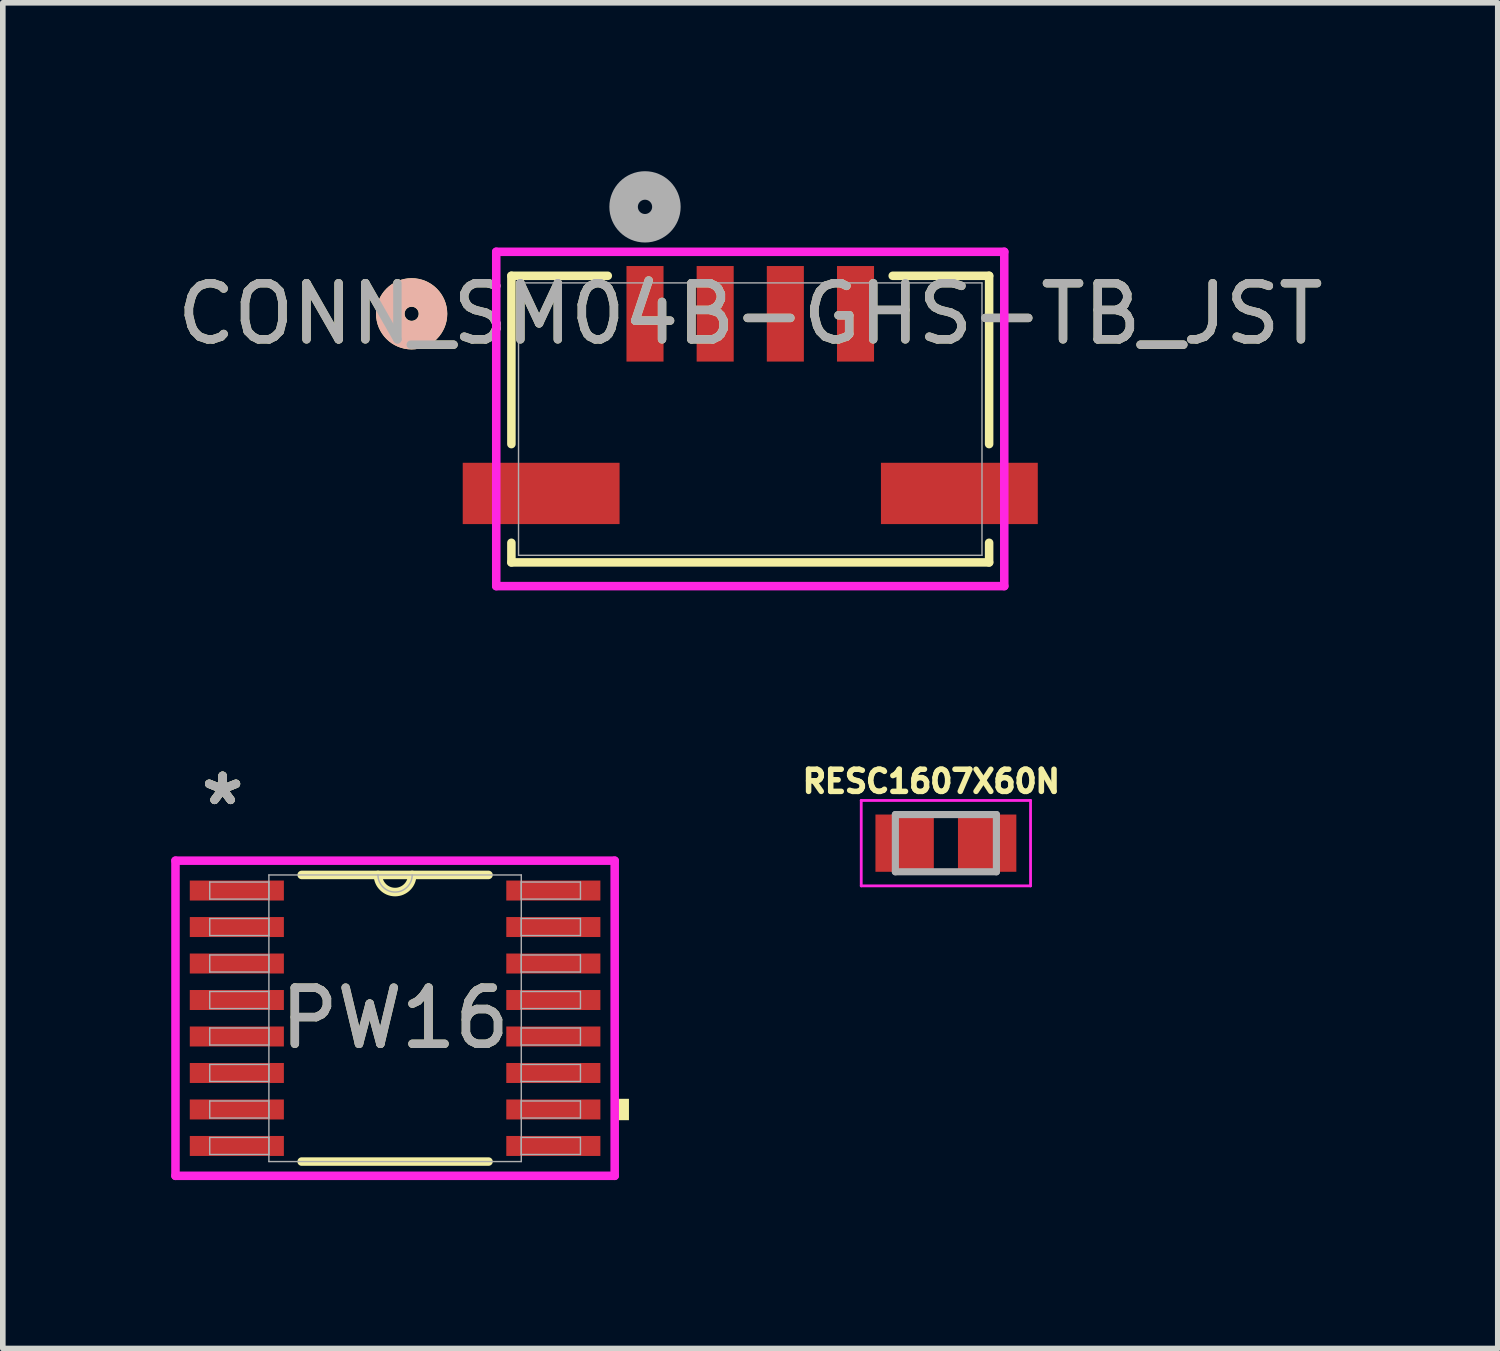
<source format=kicad_pcb>
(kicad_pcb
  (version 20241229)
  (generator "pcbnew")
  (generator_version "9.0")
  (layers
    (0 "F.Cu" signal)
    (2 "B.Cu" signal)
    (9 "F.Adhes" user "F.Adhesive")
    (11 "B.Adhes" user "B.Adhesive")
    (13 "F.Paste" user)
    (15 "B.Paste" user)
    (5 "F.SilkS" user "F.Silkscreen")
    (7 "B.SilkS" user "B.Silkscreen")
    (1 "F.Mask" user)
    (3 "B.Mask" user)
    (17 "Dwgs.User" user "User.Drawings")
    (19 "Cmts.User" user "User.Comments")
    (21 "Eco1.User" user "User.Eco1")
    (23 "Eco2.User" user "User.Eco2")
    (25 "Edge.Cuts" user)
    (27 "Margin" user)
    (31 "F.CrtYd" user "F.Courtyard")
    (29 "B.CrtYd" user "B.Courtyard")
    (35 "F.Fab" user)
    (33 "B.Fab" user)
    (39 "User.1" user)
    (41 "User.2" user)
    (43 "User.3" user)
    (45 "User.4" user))
  (footprint "RESC1607X60N"
    (layer "F.Cu")
    (at 13.8 11.97)
    (property "Reference" "RESC1607X60N" (at -0.26 -1.1 0) (layer "F.SilkS") (effects (font (size 0.394 0.394) (thickness 0.15))))
    (attr smd)
    (fp_line (start -1.508 -0.761) (end 1.508 -0.761) (stroke (width 0.05) (type solid)) (layer "F.CrtYd"))
    (fp_line (start -1.508 0.761) (end -1.508 -0.761) (stroke (width 0.05) (type solid)) (layer "F.CrtYd"))
    (fp_line (start -1.508 0.761) (end 1.508 0.761) (stroke (width 0.05) (type solid)) (layer "F.CrtYd"))
    (fp_line (start 1.508 0.761) (end 1.508 -0.761) (stroke (width 0.05) (type solid)) (layer "F.CrtYd"))
    (fp_line (start -0.9 0.51) (end -0.9 -0.51) (stroke (width 0.127) (type solid)) (layer "F.Fab"))
    (fp_line (start 0.9 -0.51) (end -0.9 -0.51) (stroke (width 0.127) (type solid)) (layer "F.Fab"))
    (fp_line (start 0.9 0.51) (end -0.9 0.51) (stroke (width 0.127) (type solid)) (layer "F.Fab"))
    (fp_line (start 0.9 0.51) (end 0.9 -0.51) (stroke (width 0.127) (type solid)) (layer "F.Fab"))
    (pad "1" smd rect (at -0.735 0) (size 1.04 1.02) (layers "F.Cu" "F.Mask" "F.Paste"))
    (pad "2" smd rect (at 0.735 0) (size 1.04 1.02) (layers "F.Cu" "F.Mask" "F.Paste")))
  (footprint "PW16"
    (layer "F.Cu")
    (at 3.988 15.089)
    (property "Reference" "PW16" (at 0 0 0) (unlocked yes) (layer "F.SilkS") (effects (font (size 1 1) (thickness 0.15))))
    (attr smd)
    (fp_line (start -1.664 2.553) (end 1.664 2.553) (stroke (width 0.152) (type solid)) (layer "F.SilkS"))
    (fp_line (start 1.664 -2.553) (end -1.664 -2.553) (stroke (width 0.152) (type solid)) (layer "F.SilkS"))
    (fp_arc (start 0.3048 -2.5527) (mid 0 -2.2479) (end -0.3048 -2.5527) (stroke (width 0.1524) (type solid)) (layer "F.SilkS"))
    (fp_poly (pts (xy 4.166 1.435) (xy 4.166 1.816) (xy 3.912 1.816) (xy 3.912 1.435)) (stroke (width 0) (type solid)) (fill yes) (layer "F.SilkS"))
    (fp_line (start -3.912 -2.807) (end 3.912 -2.807) (stroke (width 0.152) (type solid)) (layer "F.CrtYd"))
    (fp_line (start -3.912 2.807) (end -3.912 -2.807) (stroke (width 0.152) (type solid)) (layer "F.CrtYd"))
    (fp_line (start 3.912 -2.807) (end 3.912 2.807) (stroke (width 0.152) (type solid)) (layer "F.CrtYd"))
    (fp_line (start 3.912 2.807) (end -3.912 2.807) (stroke (width 0.152) (type solid)) (layer "F.CrtYd"))
    (fp_line (start -3.302 -2.427) (end -3.302 -2.123) (stroke (width 0.025) (type solid)) (layer "F.Fab"))
    (fp_line (start -3.302 -2.123) (end -2.248 -2.123) (stroke (width 0.025) (type solid)) (layer "F.Fab"))
    (fp_line (start -3.302 -1.777) (end -3.302 -1.473) (stroke (width 0.025) (type solid)) (layer "F.Fab"))
    (fp_line (start -3.302 -1.473) (end -2.248 -1.473) (stroke (width 0.025) (type solid)) (layer "F.Fab"))
    (fp_line (start -3.302 -1.127) (end -3.302 -0.823) (stroke (width 0.025) (type solid)) (layer "F.Fab"))
    (fp_line (start -3.302 -0.823) (end -2.248 -0.823) (stroke (width 0.025) (type solid)) (layer "F.Fab"))
    (fp_line (start -3.302 -0.477) (end -3.302 -0.173) (stroke (width 0.025) (type solid)) (layer "F.Fab"))
    (fp_line (start -3.302 -0.173) (end -2.248 -0.173) (stroke (width 0.025) (type solid)) (layer "F.Fab"))
    (fp_line (start -3.302 0.173) (end -3.302 0.477) (stroke (width 0.025) (type solid)) (layer "F.Fab"))
    (fp_line (start -3.302 0.477) (end -2.248 0.477) (stroke (width 0.025) (type solid)) (layer "F.Fab"))
    (fp_line (start -3.302 0.823) (end -3.302 1.127) (stroke (width 0.025) (type solid)) (layer "F.Fab"))
    (fp_line (start -3.302 1.127) (end -2.248 1.127) (stroke (width 0.025) (type solid)) (layer "F.Fab"))
    (fp_line (start -3.302 1.473) (end -3.302 1.777) (stroke (width 0.025) (type solid)) (layer "F.Fab"))
    (fp_line (start -3.302 1.777) (end -2.248 1.777) (stroke (width 0.025) (type solid)) (layer "F.Fab"))
    (fp_line (start -3.302 2.123) (end -3.302 2.427) (stroke (width 0.025) (type solid)) (layer "F.Fab"))
    (fp_line (start -3.302 2.427) (end -2.248 2.427) (stroke (width 0.025) (type solid)) (layer "F.Fab"))
    (fp_line (start -2.248 -2.553) (end -2.248 2.553) (stroke (width 0.025) (type solid)) (layer "F.Fab"))
    (fp_line (start -2.248 -2.427) (end -3.302 -2.427) (stroke (width 0.025) (type solid)) (layer "F.Fab"))
    (fp_line (start -2.248 -2.123) (end -2.248 -2.427) (stroke (width 0.025) (type solid)) (layer "F.Fab"))
    (fp_line (start -2.248 -1.777) (end -3.302 -1.777) (stroke (width 0.025) (type solid)) (layer "F.Fab"))
    (fp_line (start -2.248 -1.473) (end -2.248 -1.777) (stroke (width 0.025) (type solid)) (layer "F.Fab"))
    (fp_line (start -2.248 -1.127) (end -3.302 -1.127) (stroke (width 0.025) (type solid)) (layer "F.Fab"))
    (fp_line (start -2.248 -0.823) (end -2.248 -1.127) (stroke (width 0.025) (type solid)) (layer "F.Fab"))
    (fp_line (start -2.248 -0.477) (end -3.302 -0.477) (stroke (width 0.025) (type solid)) (layer "F.Fab"))
    (fp_line (start -2.248 -0.173) (end -2.248 -0.477) (stroke (width 0.025) (type solid)) (layer "F.Fab"))
    (fp_line (start -2.248 0.173) (end -3.302 0.173) (stroke (width 0.025) (type solid)) (layer "F.Fab"))
    (fp_line (start -2.248 0.477) (end -2.248 0.173) (stroke (width 0.025) (type solid)) (layer "F.Fab"))
    (fp_line (start -2.248 0.823) (end -3.302 0.823) (stroke (width 0.025) (type solid)) (layer "F.Fab"))
    (fp_line (start -2.248 1.127) (end -2.248 0.823) (stroke (width 0.025) (type solid)) (layer "F.Fab"))
    (fp_line (start -2.248 1.473) (end -3.302 1.473) (stroke (width 0.025) (type solid)) (layer "F.Fab"))
    (fp_line (start -2.248 1.777) (end -2.248 1.473) (stroke (width 0.025) (type solid)) (layer "F.Fab"))
    (fp_line (start -2.248 2.123) (end -3.302 2.123) (stroke (width 0.025) (type solid)) (layer "F.Fab"))
    (fp_line (start -2.248 2.427) (end -2.248 2.123) (stroke (width 0.025) (type solid)) (layer "F.Fab"))
    (fp_line (start -2.248 2.553) (end 2.248 2.553) (stroke (width 0.025) (type solid)) (layer "F.Fab"))
    (fp_line (start 2.248 -2.553) (end -2.248 -2.553) (stroke (width 0.025) (type solid)) (layer "F.Fab"))
    (fp_line (start 2.248 -2.427) (end 2.248 -2.123) (stroke (width 0.025) (type solid)) (layer "F.Fab"))
    (fp_line (start 2.248 -2.123) (end 3.302 -2.123) (stroke (width 0.025) (type solid)) (layer "F.Fab"))
    (fp_line (start 2.248 -1.777) (end 2.248 -1.473) (stroke (width 0.025) (type solid)) (layer "F.Fab"))
    (fp_line (start 2.248 -1.473) (end 3.302 -1.473) (stroke (width 0.025) (type solid)) (layer "F.Fab"))
    (fp_line (start 2.248 -1.127) (end 2.248 -0.823) (stroke (width 0.025) (type solid)) (layer "F.Fab"))
    (fp_line (start 2.248 -0.823) (end 3.302 -0.823) (stroke (width 0.025) (type solid)) (layer "F.Fab"))
    (fp_line (start 2.248 -0.477) (end 2.248 -0.173) (stroke (width 0.025) (type solid)) (layer "F.Fab"))
    (fp_line (start 2.248 -0.173) (end 3.302 -0.173) (stroke (width 0.025) (type solid)) (layer "F.Fab"))
    (fp_line (start 2.248 0.173) (end 2.248 0.477) (stroke (width 0.025) (type solid)) (layer "F.Fab"))
    (fp_line (start 2.248 0.477) (end 3.302 0.477) (stroke (width 0.025) (type solid)) (layer "F.Fab"))
    (fp_line (start 2.248 0.823) (end 2.248 1.127) (stroke (width 0.025) (type solid)) (layer "F.Fab"))
    (fp_line (start 2.248 1.127) (end 3.302 1.127) (stroke (width 0.025) (type solid)) (layer "F.Fab"))
    (fp_line (start 2.248 1.473) (end 2.248 1.777) (stroke (width 0.025) (type solid)) (layer "F.Fab"))
    (fp_line (start 2.248 1.777) (end 3.302 1.777) (stroke (width 0.025) (type solid)) (layer "F.Fab"))
    (fp_line (start 2.248 2.123) (end 2.248 2.427) (stroke (width 0.025) (type solid)) (layer "F.Fab"))
    (fp_line (start 2.248 2.427) (end 3.302 2.427) (stroke (width 0.025) (type solid)) (layer "F.Fab"))
    (fp_line (start 2.248 2.553) (end 2.248 -2.553) (stroke (width 0.025) (type solid)) (layer "F.Fab"))
    (fp_line (start 3.302 -2.427) (end 2.248 -2.427) (stroke (width 0.025) (type solid)) (layer "F.Fab"))
    (fp_line (start 3.302 -2.123) (end 3.302 -2.427) (stroke (width 0.025) (type solid)) (layer "F.Fab"))
    (fp_line (start 3.302 -1.777) (end 2.248 -1.777) (stroke (width 0.025) (type solid)) (layer "F.Fab"))
    (fp_line (start 3.302 -1.473) (end 3.302 -1.777) (stroke (width 0.025) (type solid)) (layer "F.Fab"))
    (fp_line (start 3.302 -1.127) (end 2.248 -1.127) (stroke (width 0.025) (type solid)) (layer "F.Fab"))
    (fp_line (start 3.302 -0.823) (end 3.302 -1.127) (stroke (width 0.025) (type solid)) (layer "F.Fab"))
    (fp_line (start 3.302 -0.477) (end 2.248 -0.477) (stroke (width 0.025) (type solid)) (layer "F.Fab"))
    (fp_line (start 3.302 -0.173) (end 3.302 -0.477) (stroke (width 0.025) (type solid)) (layer "F.Fab"))
    (fp_line (start 3.302 0.173) (end 2.248 0.173) (stroke (width 0.025) (type solid)) (layer "F.Fab"))
    (fp_line (start 3.302 0.477) (end 3.302 0.173) (stroke (width 0.025) (type solid)) (layer "F.Fab"))
    (fp_line (start 3.302 0.823) (end 2.248 0.823) (stroke (width 0.025) (type solid)) (layer "F.Fab"))
    (fp_line (start 3.302 1.127) (end 3.302 0.823) (stroke (width 0.025) (type solid)) (layer "F.Fab"))
    (fp_line (start 3.302 1.473) (end 2.248 1.473) (stroke (width 0.025) (type solid)) (layer "F.Fab"))
    (fp_line (start 3.302 1.777) (end 3.302 1.473) (stroke (width 0.025) (type solid)) (layer "F.Fab"))
    (fp_line (start 3.302 2.123) (end 2.248 2.123) (stroke (width 0.025) (type solid)) (layer "F.Fab"))
    (fp_line (start 3.302 2.427) (end 3.302 2.123) (stroke (width 0.025) (type solid)) (layer "F.Fab"))
    (fp_arc (start 0.3048 -2.5527) (mid 0 -2.2479) (end -0.3048 -2.5527) (stroke (width 0.0254) (type solid)) (layer "F.Fab"))
    (fp_text user "*" (at -3.073 -3.774 0) (unlocked yes) (layer "F.SilkS") (effects (font (size 1 1) (thickness 0.15))))
    (fp_text user "*" (at -3.073 -3.774 0) (unlocked yes) (layer "F.SilkS") (effects (font (size 1 1) (thickness 0.15))))
    (fp_text user "*" (at -3.073 -3.774 0) (unlocked yes) (layer "F.Fab") (effects (font (size 1 1) (thickness 0.15))))
    (fp_text user "${REFERENCE}" (at 0 0 0) (unlocked yes) (layer "F.Fab") (effects (font (size 1 1) (thickness 0.15))))
    (fp_text user "*" (at -3.073 -3.774 0) (unlocked yes) (layer "F.Fab") (effects (font (size 1 1) (thickness 0.15))))
    (pad "1" smd rect (at -2.819 -2.275) (size 1.676 0.356) (layers "F.Cu" "F.Mask" "F.Paste"))
    (pad "2" smd rect (at -2.819 -1.625) (size 1.676 0.356) (layers "F.Cu" "F.Mask" "F.Paste"))
    (pad "3" smd rect (at -2.819 -0.975) (size 1.676 0.356) (layers "F.Cu" "F.Mask" "F.Paste"))
    (pad "4" smd rect (at -2.819 -0.325) (size 1.676 0.356) (layers "F.Cu" "F.Mask" "F.Paste"))
    (pad "5" smd rect (at -2.819 0.325) (size 1.676 0.356) (layers "F.Cu" "F.Mask" "F.Paste"))
    (pad "6" smd rect (at -2.819 0.975) (size 1.676 0.356) (layers "F.Cu" "F.Mask" "F.Paste"))
    (pad "7" smd rect (at -2.819 1.625) (size 1.676 0.356) (layers "F.Cu" "F.Mask" "F.Paste"))
    (pad "8" smd rect (at -2.819 2.275) (size 1.676 0.356) (layers "F.Cu" "F.Mask" "F.Paste"))
    (pad "9" smd rect (at 2.819 2.275) (size 1.676 0.356) (layers "F.Cu" "F.Mask" "F.Paste"))
    (pad "10" smd rect (at 2.819 1.625) (size 1.676 0.356) (layers "F.Cu" "F.Mask" "F.Paste"))
    (pad "11" smd rect (at 2.819 0.975) (size 1.676 0.356) (layers "F.Cu" "F.Mask" "F.Paste"))
    (pad "12" smd rect (at 2.819 0.325) (size 1.676 0.356) (layers "F.Cu" "F.Mask" "F.Paste"))
    (pad "13" smd rect (at 2.819 -0.325) (size 1.676 0.356) (layers "F.Cu" "F.Mask" "F.Paste"))
    (pad "14" smd rect (at 2.819 -0.975) (size 1.676 0.356) (layers "F.Cu" "F.Mask" "F.Paste"))
    (pad "15" smd rect (at 2.819 -1.625) (size 1.676 0.356) (layers "F.Cu" "F.Mask" "F.Paste"))
    (pad "16" smd rect (at 2.819 -2.275) (size 1.676 0.356) (layers "F.Cu" "F.Mask" "F.Paste")))
  (footprint "CONN_SM04B-GHS-TB_JST"
    (layer "F.Cu")
    (at 10.315 4.416)
    (property "Reference" "CONN_SM04B-GHS-TB_JST" (at 0 -1.876 0) (unlocked yes) (layer "F.SilkS") (effects (font (size 1 1) (thickness 0.15))))
    (attr smd)
    (fp_line (start -4.255 -2.553) (end -4.255 0.445) (stroke (width 0.152) (type solid)) (layer "F.SilkS"))
    (fp_line (start -4.255 2.203) (end -4.255 2.553) (stroke (width 0.152) (type solid)) (layer "F.SilkS"))
    (fp_line (start -4.255 2.553) (end 4.255 2.553) (stroke (width 0.152) (type solid)) (layer "F.SilkS"))
    (fp_line (start -2.538 -2.553) (end -4.255 -2.553) (stroke (width 0.152) (type solid)) (layer "F.SilkS"))
    (fp_line (start 4.255 -2.553) (end 2.538 -2.553) (stroke (width 0.152) (type solid)) (layer "F.SilkS"))
    (fp_line (start 4.255 0.445) (end 4.255 -2.553) (stroke (width 0.152) (type solid)) (layer "F.SilkS"))
    (fp_line (start 4.255 2.553) (end 4.255 2.203) (stroke (width 0.152) (type solid)) (layer "F.SilkS"))
    (fp_circle (center -6.032 -1.876) (end -5.652 -1.876) (stroke (width 0.508) (type solid)) (fill no) (layer "F.SilkS"))
    (fp_circle (center -6.032 -1.876) (end -5.652 -1.876) (stroke (width 0.508) (type solid)) (fill no) (layer "B.SilkS"))
    (fp_line (start -4.525 -2.981) (end -4.525 2.975) (stroke (width 0.152) (type solid)) (layer "F.CrtYd"))
    (fp_line (start -4.525 2.975) (end 4.525 2.975) (stroke (width 0.152) (type solid)) (layer "F.CrtYd"))
    (fp_line (start 4.525 -2.981) (end -4.525 -2.981) (stroke (width 0.152) (type solid)) (layer "F.CrtYd"))
    (fp_line (start 4.525 2.975) (end 4.525 -2.981) (stroke (width 0.152) (type solid)) (layer "F.CrtYd"))
    (fp_line (start -4.128 -2.426) (end -4.128 2.426) (stroke (width 0.025) (type solid)) (layer "F.Fab"))
    (fp_line (start -4.128 2.426) (end 4.128 2.426) (stroke (width 0.025) (type solid)) (layer "F.Fab"))
    (fp_line (start 4.128 -2.426) (end -4.128 -2.426) (stroke (width 0.025) (type solid)) (layer "F.Fab"))
    (fp_line (start 4.128 2.426) (end 4.128 -2.426) (stroke (width 0.025) (type solid)) (layer "F.Fab"))
    (fp_circle (center -1.875 -3.781) (end -1.494 -3.781) (stroke (width 0.508) (type solid)) (fill no) (layer "F.Fab"))
    (fp_text user "${REFERENCE}" (at 0 -1.876 0) (unlocked yes) (layer "F.Fab") (effects (font (size 1 1) (thickness 0.15))))
    (pad "1" smd rect (at -1.875 -1.876) (size 0.66 1.702) (layers "F.Cu" "F.Mask" "F.Paste"))
    (pad "2" smd rect (at -0.625 -1.876) (size 0.66 1.702) (layers "F.Cu" "F.Mask" "F.Paste"))
    (pad "3" smd rect (at 0.625 -1.876) (size 0.66 1.702) (layers "F.Cu" "F.Mask" "F.Paste"))
    (pad "4" smd rect (at 1.875 -1.876) (size 0.66 1.702) (layers "F.Cu" "F.Mask" "F.Paste"))
    (pad "5" smd rect (at -3.725 1.324 90) (size 1.092 2.794) (layers "F.Cu" "F.Mask" "F.Paste"))
    (pad "6" smd rect (at 3.725 1.324 90) (size 1.092 2.794) (layers "F.Cu" "F.Mask" "F.Paste")))
  (gr_rect
    (start -3 -3)
    (end 23.631 20.972)
    (stroke (width 0.1) (type default))
    (fill no)
    (layer "Edge.Cuts")))
</source>
